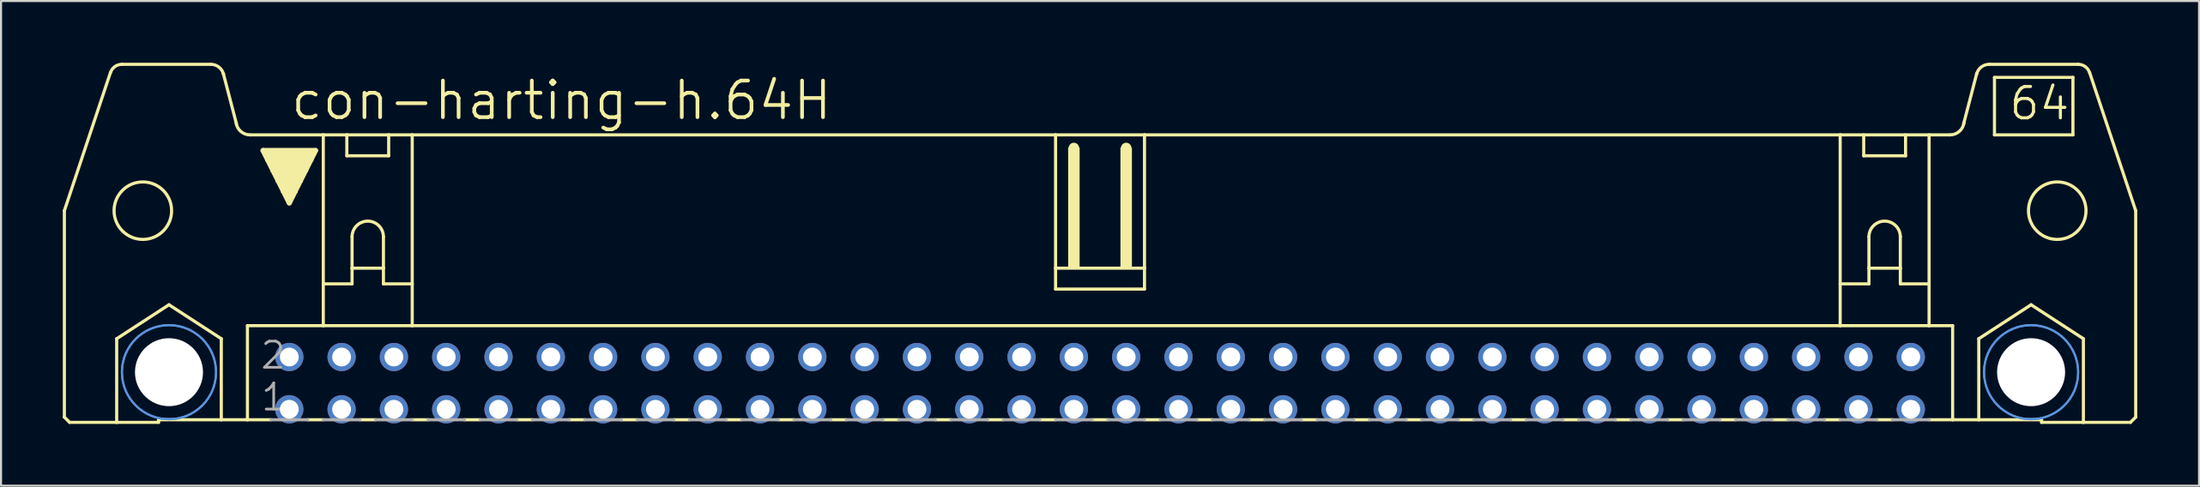
<source format=kicad_pcb>
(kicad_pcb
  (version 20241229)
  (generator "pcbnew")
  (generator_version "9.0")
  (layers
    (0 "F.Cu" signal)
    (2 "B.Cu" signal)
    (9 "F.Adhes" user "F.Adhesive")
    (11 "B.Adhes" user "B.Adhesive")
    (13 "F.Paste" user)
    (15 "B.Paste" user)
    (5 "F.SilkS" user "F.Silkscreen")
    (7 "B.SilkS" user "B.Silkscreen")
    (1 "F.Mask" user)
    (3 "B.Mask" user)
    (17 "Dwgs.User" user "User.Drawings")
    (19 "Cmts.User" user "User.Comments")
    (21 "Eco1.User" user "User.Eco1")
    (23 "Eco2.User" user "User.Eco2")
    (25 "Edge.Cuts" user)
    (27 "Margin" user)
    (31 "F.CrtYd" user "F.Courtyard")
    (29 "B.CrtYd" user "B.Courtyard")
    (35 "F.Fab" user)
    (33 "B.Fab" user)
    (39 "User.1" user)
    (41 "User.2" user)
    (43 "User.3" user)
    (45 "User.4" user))
  (footprint "con-harting-h.64H"
    (layer "F.Cu")
    (at 50.368 15.57)
    (property "Reference" "con-harting-h.64H" (at -39.395 -12.7 0) (layer "F.SilkS") (effects (font (size 1.778 1.778) (thickness 0.18)) (justify left bottom)))
    (attr through_hole)
    (fp_line (start -50.292 1.651) (end -50.292 -8.382) (stroke (width 0.152) (type default)) (layer "F.SilkS"))
    (fp_line (start -50.292 1.651) (end -50.038 1.905) (stroke (width 0.152) (type default)) (layer "F.SilkS"))
    (fp_line (start -50.038 1.905) (end -47.752 1.905) (stroke (width 0.152) (type default)) (layer "F.SilkS"))
    (fp_line (start -48.057 -15.088) (end -50.292 -8.382) (stroke (width 0.152) (type default)) (layer "F.SilkS"))
    (fp_line (start -47.752 -2.159) (end -45.212 -3.81) (stroke (width 0.152) (type default)) (layer "F.SilkS"))
    (fp_line (start -47.752 1.905) (end -47.752 -2.159) (stroke (width 0.152) (type default)) (layer "F.SilkS"))
    (fp_line (start -47.752 1.905) (end -45.72 1.905) (stroke (width 0.152) (type default)) (layer "F.SilkS"))
    (fp_line (start -45.72 1.778) (end -45.72 1.905) (stroke (width 0.152) (type default)) (layer "F.SilkS"))
    (fp_line (start -45.72 1.778) (end -42.672 1.778) (stroke (width 0.152) (type default)) (layer "F.SilkS"))
    (fp_line (start -45.212 -3.81) (end -42.672 -2.159) (stroke (width 0.152) (type default)) (layer "F.SilkS"))
    (fp_line (start -43.18 -15.494) (end -47.498 -15.494) (stroke (width 0.152) (type default)) (layer "F.SilkS"))
    (fp_line (start -42.672 1.778) (end -42.672 -2.159) (stroke (width 0.152) (type default)) (layer "F.SilkS"))
    (fp_line (start -42.672 1.778) (end -41.402 1.778) (stroke (width 0.152) (type default)) (layer "F.SilkS"))
    (fp_line (start -41.935 -12.598) (end -42.57 -15.037) (stroke (width 0.152) (type default)) (layer "F.SilkS"))
    (fp_line (start -41.402 -2.794) (end -41.402 1.778) (stroke (width 0.152) (type default)) (layer "F.SilkS"))
    (fp_line (start -41.402 1.778) (end -40.259 1.778) (stroke (width 0.152) (type default)) (layer "F.SilkS"))
    (fp_line (start -41.275 -12.065) (end -37.719 -12.065) (stroke (width 0.152) (type default)) (layer "F.SilkS"))
    (fp_line (start -40.64 -11.303) (end -38.1 -11.303) (stroke (width 0.254) (type default)) (layer "F.SilkS"))
    (fp_line (start -39.37 -8.763) (end -40.64 -11.303) (stroke (width 0.254) (type default)) (layer "F.SilkS"))
    (fp_line (start -38.481 1.778) (end -37.719 1.778) (stroke (width 0.152) (type default)) (layer "F.SilkS"))
    (fp_line (start -38.1 -11.303) (end -39.37 -8.763) (stroke (width 0.254) (type default)) (layer "F.SilkS"))
    (fp_line (start -37.719 -12.065) (end -36.576 -12.065) (stroke (width 0.152) (type default)) (layer "F.SilkS"))
    (fp_line (start -37.719 -4.826) (end -37.719 -12.065) (stroke (width 0.152) (type default)) (layer "F.SilkS"))
    (fp_line (start -37.719 -4.826) (end -37.719 -2.794) (stroke (width 0.152) (type default)) (layer "F.SilkS"))
    (fp_line (start -37.719 -4.826) (end -36.322 -4.826) (stroke (width 0.152) (type default)) (layer "F.SilkS"))
    (fp_line (start -37.719 -2.794) (end -41.402 -2.794) (stroke (width 0.152) (type default)) (layer "F.SilkS"))
    (fp_line (start -36.576 -12.065) (end -34.544 -12.065) (stroke (width 0.152) (type default)) (layer "F.SilkS"))
    (fp_line (start -36.576 -11.049) (end -36.576 -12.065) (stroke (width 0.152) (type default)) (layer "F.SilkS"))
    (fp_line (start -36.576 -11.049) (end -34.544 -11.049) (stroke (width 0.152) (type default)) (layer "F.SilkS"))
    (fp_line (start -36.322 -7.112) (end -36.322 -5.588) (stroke (width 0.152) (type default)) (layer "F.SilkS"))
    (fp_line (start -36.322 -5.588) (end -36.322 -4.826) (stroke (width 0.152) (type default)) (layer "F.SilkS"))
    (fp_line (start -36.322 -5.588) (end -34.798 -5.588) (stroke (width 0.152) (type default)) (layer "F.SilkS"))
    (fp_line (start -35.941 1.778) (end -35.179 1.778) (stroke (width 0.152) (type default)) (layer "F.SilkS"))
    (fp_line (start -34.798 -7.112) (end -34.798 -5.588) (stroke (width 0.152) (type default)) (layer "F.SilkS"))
    (fp_line (start -34.798 -5.588) (end -34.798 -4.826) (stroke (width 0.152) (type default)) (layer "F.SilkS"))
    (fp_line (start -34.798 -4.826) (end -33.401 -4.826) (stroke (width 0.152) (type default)) (layer "F.SilkS"))
    (fp_line (start -34.544 -12.065) (end -34.544 -11.049) (stroke (width 0.152) (type default)) (layer "F.SilkS"))
    (fp_line (start -34.544 -12.065) (end -33.401 -12.065) (stroke (width 0.152) (type default)) (layer "F.SilkS"))
    (fp_line (start -33.401 -12.065) (end -2.159 -12.065) (stroke (width 0.152) (type default)) (layer "F.SilkS"))
    (fp_line (start -33.401 -4.826) (end -33.401 -12.065) (stroke (width 0.152) (type default)) (layer "F.SilkS"))
    (fp_line (start -33.401 -4.826) (end -33.401 -2.794) (stroke (width 0.152) (type default)) (layer "F.SilkS"))
    (fp_line (start -33.401 -2.794) (end -37.719 -2.794) (stroke (width 0.152) (type default)) (layer "F.SilkS"))
    (fp_line (start -33.401 1.778) (end -32.639 1.778) (stroke (width 0.152) (type default)) (layer "F.SilkS"))
    (fp_line (start -30.861 1.778) (end -30.099 1.778) (stroke (width 0.152) (type default)) (layer "F.SilkS"))
    (fp_line (start -28.321 1.778) (end -27.559 1.778) (stroke (width 0.152) (type default)) (layer "F.SilkS"))
    (fp_line (start -25.781 1.778) (end -25.019 1.778) (stroke (width 0.152) (type default)) (layer "F.SilkS"))
    (fp_line (start -23.241 1.778) (end -22.479 1.778) (stroke (width 0.152) (type default)) (layer "F.SilkS"))
    (fp_line (start -20.701 1.778) (end -19.939 1.778) (stroke (width 0.152) (type default)) (layer "F.SilkS"))
    (fp_line (start -18.161 1.778) (end -17.399 1.778) (stroke (width 0.152) (type default)) (layer "F.SilkS"))
    (fp_line (start -15.621 1.778) (end -14.859 1.778) (stroke (width 0.152) (type default)) (layer "F.SilkS"))
    (fp_line (start -13.081 1.778) (end -12.319 1.778) (stroke (width 0.152) (type default)) (layer "F.SilkS"))
    (fp_line (start -10.541 1.778) (end -9.779 1.778) (stroke (width 0.152) (type default)) (layer "F.SilkS"))
    (fp_line (start -8.001 1.778) (end -7.239 1.778) (stroke (width 0.152) (type default)) (layer "F.SilkS"))
    (fp_line (start -5.461 1.778) (end -4.699 1.778) (stroke (width 0.152) (type default)) (layer "F.SilkS"))
    (fp_line (start -2.921 1.778) (end -2.159 1.778) (stroke (width 0.152) (type default)) (layer "F.SilkS"))
    (fp_line (start -2.159 -12.065) (end -2.159 -5.588) (stroke (width 0.152) (type default)) (layer "F.SilkS"))
    (fp_line (start -2.159 -12.065) (end 2.159 -12.065) (stroke (width 0.152) (type default)) (layer "F.SilkS"))
    (fp_line (start -2.159 -5.588) (end -2.159 -4.572) (stroke (width 0.152) (type default)) (layer "F.SilkS"))
    (fp_line (start -1.27 -11.176) (end -1.27 -11.43) (stroke (width 0.508) (type default)) (layer "F.SilkS"))
    (fp_line (start -0.381 1.778) (end 0.381 1.778) (stroke (width 0.152) (type default)) (layer "F.SilkS"))
    (fp_line (start 1.27 -11.176) (end 1.27 -11.43) (stroke (width 0.508) (type default)) (layer "F.SilkS"))
    (fp_line (start 2.159 -12.065) (end 2.159 -5.588) (stroke (width 0.152) (type default)) (layer "F.SilkS"))
    (fp_line (start 2.159 -12.065) (end 35.941 -12.065) (stroke (width 0.152) (type default)) (layer "F.SilkS"))
    (fp_line (start 2.159 -5.588) (end -2.159 -5.588) (stroke (width 0.152) (type default)) (layer "F.SilkS"))
    (fp_line (start 2.159 -5.588) (end 2.159 -4.572) (stroke (width 0.152) (type default)) (layer "F.SilkS"))
    (fp_line (start 2.159 -4.572) (end -2.159 -4.572) (stroke (width 0.152) (type default)) (layer "F.SilkS"))
    (fp_line (start 2.159 1.778) (end 2.921 1.778) (stroke (width 0.152) (type default)) (layer "F.SilkS"))
    (fp_line (start 4.699 1.778) (end 5.461 1.778) (stroke (width 0.152) (type default)) (layer "F.SilkS"))
    (fp_line (start 7.239 1.778) (end 8.001 1.778) (stroke (width 0.152) (type default)) (layer "F.SilkS"))
    (fp_line (start 9.779 1.778) (end 10.541 1.778) (stroke (width 0.152) (type default)) (layer "F.SilkS"))
    (fp_line (start 12.319 1.778) (end 13.081 1.778) (stroke (width 0.152) (type default)) (layer "F.SilkS"))
    (fp_line (start 14.859 1.778) (end 15.621 1.778) (stroke (width 0.152) (type default)) (layer "F.SilkS"))
    (fp_line (start 17.399 1.778) (end 18.161 1.778) (stroke (width 0.152) (type default)) (layer "F.SilkS"))
    (fp_line (start 19.939 1.778) (end 20.701 1.778) (stroke (width 0.152) (type default)) (layer "F.SilkS"))
    (fp_line (start 22.479 1.778) (end 23.241 1.778) (stroke (width 0.152) (type default)) (layer "F.SilkS"))
    (fp_line (start 25.019 1.778) (end 25.781 1.778) (stroke (width 0.152) (type default)) (layer "F.SilkS"))
    (fp_line (start 27.559 1.778) (end 28.321 1.778) (stroke (width 0.152) (type default)) (layer "F.SilkS"))
    (fp_line (start 30.099 1.778) (end 30.861 1.778) (stroke (width 0.152) (type default)) (layer "F.SilkS"))
    (fp_line (start 32.639 1.778) (end 33.401 1.778) (stroke (width 0.152) (type default)) (layer "F.SilkS"))
    (fp_line (start 35.179 1.778) (end 35.941 1.778) (stroke (width 0.152) (type default)) (layer "F.SilkS"))
    (fp_line (start 35.941 -12.065) (end 41.275 -12.065) (stroke (width 0.152) (type default)) (layer "F.SilkS"))
    (fp_line (start 35.941 -4.826) (end 35.941 -12.065) (stroke (width 0.152) (type default)) (layer "F.SilkS"))
    (fp_line (start 35.941 -4.826) (end 35.941 -2.794) (stroke (width 0.152) (type default)) (layer "F.SilkS"))
    (fp_line (start 35.941 -4.826) (end 37.338 -4.826) (stroke (width 0.152) (type default)) (layer "F.SilkS"))
    (fp_line (start 35.941 -2.794) (end -33.401 -2.794) (stroke (width 0.152) (type default)) (layer "F.SilkS"))
    (fp_line (start 37.084 -11.049) (end 37.084 -12.065) (stroke (width 0.152) (type default)) (layer "F.SilkS"))
    (fp_line (start 37.084 -11.049) (end 39.116 -11.049) (stroke (width 0.152) (type default)) (layer "F.SilkS"))
    (fp_line (start 37.338 -7.112) (end 37.338 -5.588) (stroke (width 0.152) (type default)) (layer "F.SilkS"))
    (fp_line (start 37.338 -5.588) (end 37.338 -4.826) (stroke (width 0.152) (type default)) (layer "F.SilkS"))
    (fp_line (start 37.338 -5.588) (end 38.862 -5.588) (stroke (width 0.152) (type default)) (layer "F.SilkS"))
    (fp_line (start 37.719 1.778) (end 38.481 1.778) (stroke (width 0.152) (type default)) (layer "F.SilkS"))
    (fp_line (start 38.862 -7.112) (end 38.862 -5.588) (stroke (width 0.152) (type default)) (layer "F.SilkS"))
    (fp_line (start 38.862 -5.588) (end 38.862 -4.826) (stroke (width 0.152) (type default)) (layer "F.SilkS"))
    (fp_line (start 38.862 -4.826) (end 40.259 -4.826) (stroke (width 0.152) (type default)) (layer "F.SilkS"))
    (fp_line (start 39.116 -12.065) (end 39.116 -11.049) (stroke (width 0.152) (type default)) (layer "F.SilkS"))
    (fp_line (start 40.259 -4.826) (end 40.259 -12.065) (stroke (width 0.152) (type default)) (layer "F.SilkS"))
    (fp_line (start 40.259 -4.826) (end 40.259 -2.794) (stroke (width 0.152) (type default)) (layer "F.SilkS"))
    (fp_line (start 40.259 -2.794) (end 35.941 -2.794) (stroke (width 0.152) (type default)) (layer "F.SilkS"))
    (fp_line (start 41.402 -2.794) (end 40.259 -2.794) (stroke (width 0.152) (type default)) (layer "F.SilkS"))
    (fp_line (start 41.402 -2.794) (end 41.402 1.778) (stroke (width 0.152) (type default)) (layer "F.SilkS"))
    (fp_line (start 41.402 1.778) (end 40.259 1.778) (stroke (width 0.152) (type default)) (layer "F.SilkS"))
    (fp_line (start 41.935 -12.598) (end 42.57 -15.037) (stroke (width 0.152) (type default)) (layer "F.SilkS"))
    (fp_line (start 42.672 -2.159) (end 45.212 -3.81) (stroke (width 0.152) (type default)) (layer "F.SilkS"))
    (fp_line (start 42.672 1.778) (end 41.402 1.778) (stroke (width 0.152) (type default)) (layer "F.SilkS"))
    (fp_line (start 42.672 1.778) (end 42.672 -2.159) (stroke (width 0.152) (type default)) (layer "F.SilkS"))
    (fp_line (start 43.18 -15.494) (end 47.498 -15.494) (stroke (width 0.152) (type default)) (layer "F.SilkS"))
    (fp_line (start 43.434 -14.859) (end 43.434 -12.065) (stroke (width 0.152) (type default)) (layer "F.SilkS"))
    (fp_line (start 43.434 -12.065) (end 47.244 -12.065) (stroke (width 0.152) (type default)) (layer "F.SilkS"))
    (fp_line (start 45.212 -3.81) (end 47.752 -2.159) (stroke (width 0.152) (type default)) (layer "F.SilkS"))
    (fp_line (start 45.72 1.778) (end 42.672 1.778) (stroke (width 0.152) (type default)) (layer "F.SilkS"))
    (fp_line (start 45.72 1.778) (end 45.72 1.905) (stroke (width 0.152) (type default)) (layer "F.SilkS"))
    (fp_line (start 47.244 -14.859) (end 43.434 -14.859) (stroke (width 0.152) (type default)) (layer "F.SilkS"))
    (fp_line (start 47.244 -14.859) (end 47.244 -12.065) (stroke (width 0.152) (type default)) (layer "F.SilkS"))
    (fp_line (start 47.752 1.905) (end 45.72 1.905) (stroke (width 0.152) (type default)) (layer "F.SilkS"))
    (fp_line (start 47.752 1.905) (end 47.752 -2.159) (stroke (width 0.152) (type default)) (layer "F.SilkS"))
    (fp_line (start 48.057 -15.088) (end 50.292 -8.382) (stroke (width 0.152) (type default)) (layer "F.SilkS"))
    (fp_line (start 50.038 1.905) (end 47.752 1.905) (stroke (width 0.152) (type default)) (layer "F.SilkS"))
    (fp_line (start 50.292 1.651) (end 50.038 1.905) (stroke (width 0.152) (type default)) (layer "F.SilkS"))
    (fp_line (start 50.292 1.651) (end 50.292 -8.382) (stroke (width 0.152) (type default)) (layer "F.SilkS"))
    (fp_rect (start -40.513 -10.795) (end -38.227 -11.303) (stroke (width 0.05) (type default)) (fill yes) (layer "F.SilkS"))
    (fp_rect (start -40.259 -10.287) (end -38.481 -10.795) (stroke (width 0.05) (type default)) (fill yes) (layer "F.SilkS"))
    (fp_rect (start -40.005 -9.779) (end -38.735 -10.287) (stroke (width 0.05) (type default)) (fill yes) (layer "F.SilkS"))
    (fp_rect (start -39.751 -9.271) (end -38.989 -9.779) (stroke (width 0.05) (type default)) (fill yes) (layer "F.SilkS"))
    (fp_rect (start -39.497 -9.017) (end -39.243 -9.271) (stroke (width 0.05) (type default)) (fill yes) (layer "F.SilkS"))
    (fp_rect (start -1.524 -5.588) (end -1.016 -11.43) (stroke (width 0.05) (type default)) (fill yes) (layer "F.SilkS"))
    (fp_rect (start 1.016 -5.588) (end 1.524 -11.43) (stroke (width 0.05) (type default)) (fill yes) (layer "F.SilkS"))
    (fp_arc (start -48.0544 -15.0878) (mid -47.842454 -15.38168) (end -47.498 -15.4941) (stroke (width 0.1524) (type default)) (layer "F.SilkS"))
    (fp_arc (start -43.18 -15.494) (mid -42.799 -15.367) (end -42.5704 -15.0368) (stroke (width 0.1524) (type default)) (layer "F.SilkS"))
    (fp_arc (start -42.5704 -15.0368) (mid -42.567084 -15.024931) (end -42.564 -15.013) (stroke (width 0.1524) (type default)) (layer "F.SilkS"))
    (fp_arc (start -41.275 -12.065) (mid -41.726774 -12.234824) (end -41.9548 -12.6602) (stroke (width 0.1524) (type default)) (layer "F.SilkS"))
    (fp_arc (start -36.322 -7.112) (mid -35.56 -7.874) (end -34.798 -7.112) (stroke (width 0.1524) (type default)) (layer "F.SilkS"))
    (fp_arc (start 37.338 -7.112) (mid 38.1 -7.874) (end 38.862 -7.112) (stroke (width 0.1524) (type default)) (layer "F.SilkS"))
    (fp_arc (start 41.9548 -12.6602) (mid 41.726774 -12.234824) (end 41.275 -12.065) (stroke (width 0.1524) (type default)) (layer "F.SilkS"))
    (fp_arc (start 42.564 -15.013) (mid 42.567084 -15.024931) (end 42.5704 -15.0368) (stroke (width 0.1524) (type default)) (layer "F.SilkS"))
    (fp_arc (start 42.5704 -15.0368) (mid 42.799 -15.367) (end 43.18 -15.494) (stroke (width 0.1524) (type default)) (layer "F.SilkS"))
    (fp_arc (start 47.498 -15.494) (mid 47.842385 -15.38161) (end 48.0543 -15.0878) (stroke (width 0.1524) (type default)) (layer "F.SilkS"))
    (fp_circle (center -46.482 -8.382) (end -45.085 -8.382) (stroke (width 0.152) (type default)) (fill no) (layer "F.SilkS"))
    (fp_circle (center -45.212 -0.533) (end -43.891 -0.533) (stroke (width 0.152) (type default)) (fill no) (layer "F.SilkS"))
    (fp_circle (center 45.212 -0.533) (end 46.533 -0.533) (stroke (width 0.152) (type default)) (fill no) (layer "F.SilkS"))
    (fp_circle (center 46.482 -8.382) (end 47.879 -8.382) (stroke (width 0.152) (type default)) (fill no) (layer "F.SilkS"))
    (fp_circle (center -45.212 -0.533) (end -42.926 -0.533) (stroke (width 0.1) (type default)) (fill no) (layer "Cmts.User"))
    (fp_circle (center -45.212 -0.533) (end -42.926 -0.533) (stroke (width 0.1) (type default)) (fill no) (layer "Cmts.User"))
    (fp_circle (center 45.212 -0.533) (end 47.498 -0.533) (stroke (width 0.1) (type default)) (fill no) (layer "Cmts.User"))
    (fp_circle (center 45.212 -0.533) (end 47.498 -0.533) (stroke (width 0.1) (type default)) (fill no) (layer "Cmts.User"))
    (fp_line (start -40.259 1.778) (end -38.481 1.778) (stroke (width 0.152) (type default)) (layer "F.Fab"))
    (fp_line (start -37.719 1.778) (end -35.941 1.778) (stroke (width 0.152) (type default)) (layer "F.Fab"))
    (fp_line (start -35.179 1.778) (end -33.401 1.778) (stroke (width 0.152) (type default)) (layer "F.Fab"))
    (fp_line (start -32.639 1.778) (end -30.861 1.778) (stroke (width 0.152) (type default)) (layer "F.Fab"))
    (fp_line (start -30.099 1.778) (end -28.321 1.778) (stroke (width 0.152) (type default)) (layer "F.Fab"))
    (fp_line (start -27.559 1.778) (end -25.781 1.778) (stroke (width 0.152) (type default)) (layer "F.Fab"))
    (fp_line (start -25.019 1.778) (end -23.241 1.778) (stroke (width 0.152) (type default)) (layer "F.Fab"))
    (fp_line (start -22.479 1.778) (end -20.701 1.778) (stroke (width 0.152) (type default)) (layer "F.Fab"))
    (fp_line (start -19.939 1.778) (end -18.161 1.778) (stroke (width 0.152) (type default)) (layer "F.Fab"))
    (fp_line (start -17.399 1.778) (end -15.621 1.778) (stroke (width 0.152) (type default)) (layer "F.Fab"))
    (fp_line (start -14.859 1.778) (end -13.081 1.778) (stroke (width 0.152) (type default)) (layer "F.Fab"))
    (fp_line (start -12.319 1.778) (end -10.541 1.778) (stroke (width 0.152) (type default)) (layer "F.Fab"))
    (fp_line (start -9.779 1.778) (end -8.001 1.778) (stroke (width 0.152) (type default)) (layer "F.Fab"))
    (fp_line (start -7.239 1.778) (end -5.461 1.778) (stroke (width 0.152) (type default)) (layer "F.Fab"))
    (fp_line (start -4.699 1.778) (end -2.921 1.778) (stroke (width 0.152) (type default)) (layer "F.Fab"))
    (fp_line (start -2.159 1.778) (end -0.381 1.778) (stroke (width 0.152) (type default)) (layer "F.Fab"))
    (fp_line (start 0.381 1.778) (end 2.159 1.778) (stroke (width 0.152) (type default)) (layer "F.Fab"))
    (fp_line (start 4.699 1.778) (end 2.921 1.778) (stroke (width 0.152) (type default)) (layer "F.Fab"))
    (fp_line (start 7.239 1.778) (end 5.461 1.778) (stroke (width 0.152) (type default)) (layer "F.Fab"))
    (fp_line (start 9.779 1.778) (end 8.001 1.778) (stroke (width 0.152) (type default)) (layer "F.Fab"))
    (fp_line (start 12.319 1.778) (end 10.541 1.778) (stroke (width 0.152) (type default)) (layer "F.Fab"))
    (fp_line (start 14.859 1.778) (end 13.081 1.778) (stroke (width 0.152) (type default)) (layer "F.Fab"))
    (fp_line (start 17.399 1.778) (end 15.621 1.778) (stroke (width 0.152) (type default)) (layer "F.Fab"))
    (fp_line (start 19.939 1.778) (end 18.161 1.778) (stroke (width 0.152) (type default)) (layer "F.Fab"))
    (fp_line (start 22.479 1.778) (end 20.701 1.778) (stroke (width 0.152) (type default)) (layer "F.Fab"))
    (fp_line (start 25.019 1.778) (end 23.241 1.778) (stroke (width 0.152) (type default)) (layer "F.Fab"))
    (fp_line (start 27.559 1.778) (end 25.781 1.778) (stroke (width 0.152) (type default)) (layer "F.Fab"))
    (fp_line (start 30.099 1.778) (end 28.321 1.778) (stroke (width 0.152) (type default)) (layer "F.Fab"))
    (fp_line (start 32.639 1.778) (end 30.861 1.778) (stroke (width 0.152) (type default)) (layer "F.Fab"))
    (fp_line (start 35.179 1.778) (end 33.401 1.778) (stroke (width 0.152) (type default)) (layer "F.Fab"))
    (fp_line (start 37.719 1.778) (end 35.941 1.778) (stroke (width 0.152) (type default)) (layer "F.Fab"))
    (fp_line (start 40.259 1.778) (end 38.481 1.778) (stroke (width 0.152) (type default)) (layer "F.Fab"))
    (fp_text user "64" (at 44.069 -12.7 0) (layer "F.SilkS") (effects (font (size 1.524 1.524) (thickness 0.15)) (justify left bottom)))
    (fp_text user "2" (at -40.843 -0.61 0) (layer "F.Fab") (effects (font (size 1.27 1.27) (thickness 0.13)) (justify left bottom)))
    (fp_text user "1" (at -40.818 1.422 0) (layer "F.Fab") (effects (font (size 1.27 1.27) (thickness 0.13)) (justify left bottom)))
    (pad "" np_thru_hole circle (at -45.212 -0.533) (size 3.302 3.302) (drill 3.302) (layers "*.Cu" "*.Mask"))
    (pad "" np_thru_hole circle (at 45.212 -0.533) (size 3.302 3.302) (drill 3.302) (layers "*.Cu" "*.Mask"))
    (pad "1" thru_hole circle (at -39.37 1.27) (size 1.372 1.372) (drill 0.914) (layers "*.Cu" "*.Mask"))
    (pad "2" thru_hole circle (at -39.37 -1.27) (size 1.372 1.372) (drill 0.914) (layers "*.Cu" "*.Mask"))
    (pad "3" thru_hole circle (at -36.83 1.27) (size 1.372 1.372) (drill 0.914) (layers "*.Cu" "*.Mask"))
    (pad "4" thru_hole circle (at -36.83 -1.27) (size 1.372 1.372) (drill 0.914) (layers "*.Cu" "*.Mask"))
    (pad "5" thru_hole circle (at -34.29 1.27) (size 1.372 1.372) (drill 0.914) (layers "*.Cu" "*.Mask"))
    (pad "6" thru_hole circle (at -34.29 -1.27) (size 1.372 1.372) (drill 0.914) (layers "*.Cu" "*.Mask"))
    (pad "7" thru_hole circle (at -31.75 1.27) (size 1.372 1.372) (drill 0.914) (layers "*.Cu" "*.Mask"))
    (pad "8" thru_hole circle (at -31.75 -1.27) (size 1.372 1.372) (drill 0.914) (layers "*.Cu" "*.Mask"))
    (pad "9" thru_hole circle (at -29.21 1.27) (size 1.372 1.372) (drill 0.914) (layers "*.Cu" "*.Mask"))
    (pad "10" thru_hole circle (at -29.21 -1.27) (size 1.372 1.372) (drill 0.914) (layers "*.Cu" "*.Mask"))
    (pad "11" thru_hole circle (at -26.67 1.27) (size 1.372 1.372) (drill 0.914) (layers "*.Cu" "*.Mask"))
    (pad "12" thru_hole circle (at -26.67 -1.27) (size 1.372 1.372) (drill 0.914) (layers "*.Cu" "*.Mask"))
    (pad "13" thru_hole circle (at -24.13 1.27) (size 1.372 1.372) (drill 0.914) (layers "*.Cu" "*.Mask"))
    (pad "14" thru_hole circle (at -24.13 -1.27) (size 1.372 1.372) (drill 0.914) (layers "*.Cu" "*.Mask"))
    (pad "15" thru_hole circle (at -21.59 1.27) (size 1.372 1.372) (drill 0.914) (layers "*.Cu" "*.Mask"))
    (pad "16" thru_hole circle (at -21.59 -1.27) (size 1.372 1.372) (drill 0.914) (layers "*.Cu" "*.Mask"))
    (pad "17" thru_hole circle (at -19.05 1.27) (size 1.372 1.372) (drill 0.914) (layers "*.Cu" "*.Mask"))
    (pad "18" thru_hole circle (at -19.05 -1.27) (size 1.372 1.372) (drill 0.914) (layers "*.Cu" "*.Mask"))
    (pad "19" thru_hole circle (at -16.51 1.27) (size 1.372 1.372) (drill 0.914) (layers "*.Cu" "*.Mask"))
    (pad "20" thru_hole circle (at -16.51 -1.27) (size 1.372 1.372) (drill 0.914) (layers "*.Cu" "*.Mask"))
    (pad "21" thru_hole circle (at -13.97 1.27) (size 1.372 1.372) (drill 0.914) (layers "*.Cu" "*.Mask"))
    (pad "22" thru_hole circle (at -13.97 -1.27) (size 1.372 1.372) (drill 0.914) (layers "*.Cu" "*.Mask"))
    (pad "23" thru_hole circle (at -11.43 1.27) (size 1.372 1.372) (drill 0.914) (layers "*.Cu" "*.Mask"))
    (pad "24" thru_hole circle (at -11.43 -1.27) (size 1.372 1.372) (drill 0.914) (layers "*.Cu" "*.Mask"))
    (pad "25" thru_hole circle (at -8.89 1.27) (size 1.372 1.372) (drill 0.914) (layers "*.Cu" "*.Mask"))
    (pad "26" thru_hole circle (at -8.89 -1.27) (size 1.372 1.372) (drill 0.914) (layers "*.Cu" "*.Mask"))
    (pad "27" thru_hole circle (at -6.35 1.27) (size 1.372 1.372) (drill 0.914) (layers "*.Cu" "*.Mask"))
    (pad "28" thru_hole circle (at -6.35 -1.27) (size 1.372 1.372) (drill 0.914) (layers "*.Cu" "*.Mask"))
    (pad "29" thru_hole circle (at -3.81 1.27) (size 1.372 1.372) (drill 0.914) (layers "*.Cu" "*.Mask"))
    (pad "30" thru_hole circle (at -3.81 -1.27) (size 1.372 1.372) (drill 0.914) (layers "*.Cu" "*.Mask"))
    (pad "31" thru_hole circle (at -1.27 1.27) (size 1.372 1.372) (drill 0.914) (layers "*.Cu" "*.Mask"))
    (pad "32" thru_hole circle (at -1.27 -1.27) (size 1.372 1.372) (drill 0.914) (layers "*.Cu" "*.Mask"))
    (pad "33" thru_hole circle (at 1.27 1.27) (size 1.372 1.372) (drill 0.914) (layers "*.Cu" "*.Mask"))
    (pad "34" thru_hole circle (at 1.27 -1.27) (size 1.372 1.372) (drill 0.914) (layers "*.Cu" "*.Mask"))
    (pad "35" thru_hole circle (at 3.81 1.27) (size 1.372 1.372) (drill 0.914) (layers "*.Cu" "*.Mask"))
    (pad "36" thru_hole circle (at 3.81 -1.27) (size 1.372 1.372) (drill 0.914) (layers "*.Cu" "*.Mask"))
    (pad "37" thru_hole circle (at 6.35 1.27) (size 1.372 1.372) (drill 0.914) (layers "*.Cu" "*.Mask"))
    (pad "38" thru_hole circle (at 6.35 -1.27) (size 1.372 1.372) (drill 0.914) (layers "*.Cu" "*.Mask"))
    (pad "39" thru_hole circle (at 8.89 1.27) (size 1.372 1.372) (drill 0.914) (layers "*.Cu" "*.Mask"))
    (pad "40" thru_hole circle (at 8.89 -1.27) (size 1.372 1.372) (drill 0.914) (layers "*.Cu" "*.Mask"))
    (pad "41" thru_hole circle (at 11.43 1.27) (size 1.372 1.372) (drill 0.914) (layers "*.Cu" "*.Mask"))
    (pad "42" thru_hole circle (at 11.43 -1.27) (size 1.372 1.372) (drill 0.914) (layers "*.Cu" "*.Mask"))
    (pad "43" thru_hole circle (at 13.97 1.27) (size 1.372 1.372) (drill 0.914) (layers "*.Cu" "*.Mask"))
    (pad "44" thru_hole circle (at 13.97 -1.27) (size 1.372 1.372) (drill 0.914) (layers "*.Cu" "*.Mask"))
    (pad "45" thru_hole circle (at 16.51 1.27) (size 1.372 1.372) (drill 0.914) (layers "*.Cu" "*.Mask"))
    (pad "46" thru_hole circle (at 16.51 -1.27) (size 1.372 1.372) (drill 0.914) (layers "*.Cu" "*.Mask"))
    (pad "47" thru_hole circle (at 19.05 1.27) (size 1.372 1.372) (drill 0.914) (layers "*.Cu" "*.Mask"))
    (pad "48" thru_hole circle (at 19.05 -1.27) (size 1.372 1.372) (drill 0.914) (layers "*.Cu" "*.Mask"))
    (pad "49" thru_hole circle (at 21.59 1.27) (size 1.372 1.372) (drill 0.914) (layers "*.Cu" "*.Mask"))
    (pad "50" thru_hole circle (at 21.59 -1.27) (size 1.372 1.372) (drill 0.914) (layers "*.Cu" "*.Mask"))
    (pad "51" thru_hole circle (at 24.13 1.27) (size 1.372 1.372) (drill 0.914) (layers "*.Cu" "*.Mask"))
    (pad "52" thru_hole circle (at 24.13 -1.27) (size 1.372 1.372) (drill 0.914) (layers "*.Cu" "*.Mask"))
    (pad "53" thru_hole circle (at 26.67 1.27) (size 1.372 1.372) (drill 0.914) (layers "*.Cu" "*.Mask"))
    (pad "54" thru_hole circle (at 26.67 -1.27) (size 1.372 1.372) (drill 0.914) (layers "*.Cu" "*.Mask"))
    (pad "55" thru_hole circle (at 29.21 1.27) (size 1.372 1.372) (drill 0.914) (layers "*.Cu" "*.Mask"))
    (pad "56" thru_hole circle (at 29.21 -1.27) (size 1.372 1.372) (drill 0.914) (layers "*.Cu" "*.Mask"))
    (pad "57" thru_hole circle (at 31.75 1.27) (size 1.372 1.372) (drill 0.914) (layers "*.Cu" "*.Mask"))
    (pad "58" thru_hole circle (at 31.75 -1.27) (size 1.372 1.372) (drill 0.914) (layers "*.Cu" "*.Mask"))
    (pad "59" thru_hole circle (at 34.29 1.27) (size 1.372 1.372) (drill 0.914) (layers "*.Cu" "*.Mask"))
    (pad "60" thru_hole circle (at 34.29 -1.27) (size 1.372 1.372) (drill 0.914) (layers "*.Cu" "*.Mask"))
    (pad "61" thru_hole circle (at 36.83 1.27) (size 1.372 1.372) (drill 0.914) (layers "*.Cu" "*.Mask"))
    (pad "62" thru_hole circle (at 36.83 -1.27) (size 1.372 1.372) (drill 0.914) (layers "*.Cu" "*.Mask"))
    (pad "63" thru_hole circle (at 39.37 1.27) (size 1.372 1.372) (drill 0.914) (layers "*.Cu" "*.Mask"))
    (pad "64" thru_hole circle (at 39.37 -1.27) (size 1.372 1.372) (drill 0.914) (layers "*.Cu" "*.Mask")))
  (gr_rect
    (start -3 -3)
    (end 103.736 20.552)
    (stroke (width 0.1) (type default))
    (fill no)
    (layer "Edge.Cuts")))
</source>
